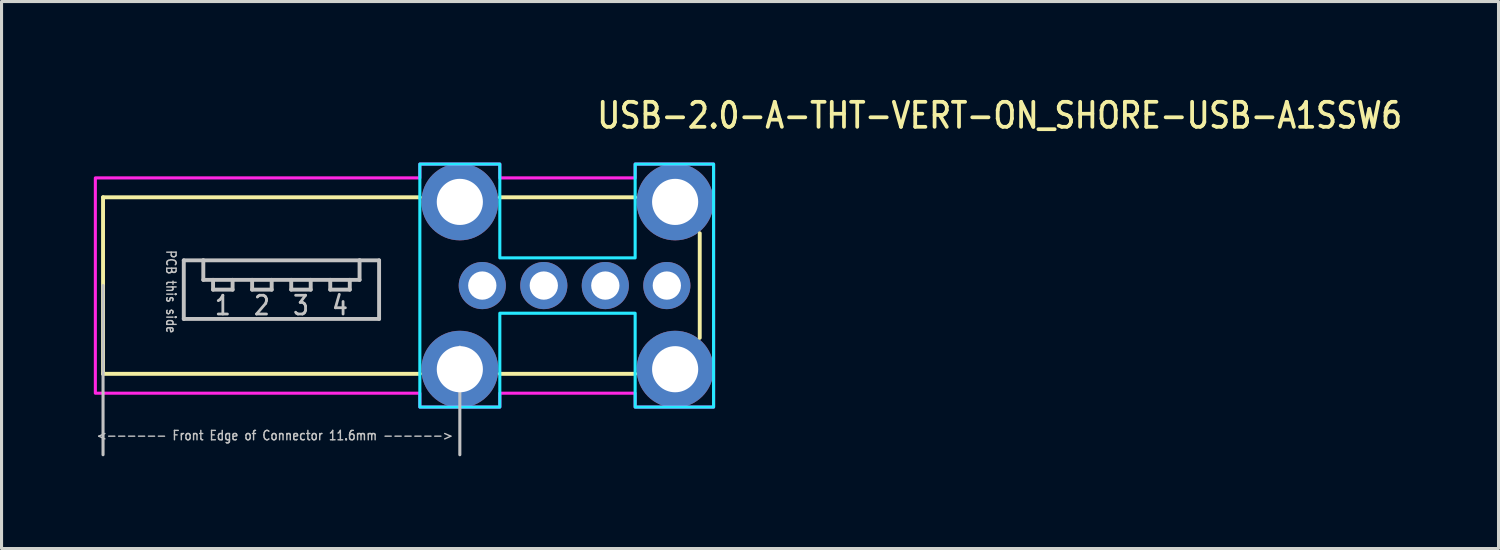
<source format=kicad_pcb>
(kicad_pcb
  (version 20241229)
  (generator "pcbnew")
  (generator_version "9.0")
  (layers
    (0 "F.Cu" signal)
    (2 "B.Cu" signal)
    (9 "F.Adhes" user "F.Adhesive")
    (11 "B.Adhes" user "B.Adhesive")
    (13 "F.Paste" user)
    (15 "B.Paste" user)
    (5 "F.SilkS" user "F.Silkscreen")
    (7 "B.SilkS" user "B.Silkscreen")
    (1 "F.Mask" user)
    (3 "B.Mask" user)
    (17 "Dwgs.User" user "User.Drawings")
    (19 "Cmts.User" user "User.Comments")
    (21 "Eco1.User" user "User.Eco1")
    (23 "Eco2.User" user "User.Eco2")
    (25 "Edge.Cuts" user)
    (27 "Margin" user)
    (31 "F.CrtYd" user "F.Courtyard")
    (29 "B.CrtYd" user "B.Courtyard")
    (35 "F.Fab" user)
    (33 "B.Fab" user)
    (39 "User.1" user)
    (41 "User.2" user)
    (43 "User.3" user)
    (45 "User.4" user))
  (footprint "USB-2.0-A-THT-VERT-ON_SHORE-USB-A1SSW6"
    (layer "F.Cu")
    (at 11.9 6.234)
    (property "Reference" "USB-2.0-A-THT-VERT-ON_SHORE-USB-A1SSW6" (at 4.4 -5.055 0) (unlocked yes) (layer "F.SilkS") (effects (font (size 0.813 0.695) (thickness 0.122)) (justify left bottom)))
    (fp_line (start -11.6 2.87) (end -11.6 -2.87) (stroke (width 0.127) (type solid)) (layer "F.SilkS"))
    (fp_line (start -1.3 -2.87) (end -11.6 -2.87) (stroke (width 0.127) (type solid)) (layer "F.SilkS"))
    (fp_line (start -1.3 2.87) (end -11.6 2.87) (stroke (width 0.127) (type solid)) (layer "F.SilkS"))
    (fp_line (start 5.7 -2.87) (end 1.3 -2.87) (stroke (width 0.127) (type solid)) (layer "F.SilkS"))
    (fp_line (start 5.7 2.87) (end 1.3 2.87) (stroke (width 0.127) (type solid)) (layer "F.SilkS"))
    (fp_line (start 7.8 -1.7) (end 7.8 1.7) (stroke (width 0.127) (type solid)) (layer "F.SilkS"))
    (fp_line (start -11.6 5.5) (end -11.6 0) (stroke (width 0.1) (type solid)) (layer "Dwgs.User"))
    (fp_line (start -8.975 -0.82) (end -8.34 -0.82) (stroke (width 0.127) (type solid)) (layer "Dwgs.User"))
    (fp_line (start -8.975 1.085) (end -8.975 -0.82) (stroke (width 0.127) (type solid)) (layer "Dwgs.User"))
    (fp_line (start -8.34 -0.82) (end -8.34 -0.185) (stroke (width 0.127) (type solid)) (layer "Dwgs.User"))
    (fp_line (start -8.34 -0.82) (end -3.26 -0.82) (stroke (width 0.127) (type solid)) (layer "Dwgs.User"))
    (fp_line (start -8.34 -0.185) (end -8.023 -0.185) (stroke (width 0.127) (type solid)) (layer "Dwgs.User"))
    (fp_line (start -8.023 -0.185) (end -8.023 0.133) (stroke (width 0.127) (type solid)) (layer "Dwgs.User"))
    (fp_line (start -8.023 -0.185) (end -7.388 -0.185) (stroke (width 0.127) (type solid)) (layer "Dwgs.User"))
    (fp_line (start -8.023 0.133) (end -7.388 0.133) (stroke (width 0.127) (type solid)) (layer "Dwgs.User"))
    (fp_line (start -7.388 -0.185) (end -6.753 -0.185) (stroke (width 0.127) (type solid)) (layer "Dwgs.User"))
    (fp_line (start -7.388 0.133) (end -7.388 -0.185) (stroke (width 0.127) (type solid)) (layer "Dwgs.User"))
    (fp_line (start -6.753 -0.185) (end -6.753 0.133) (stroke (width 0.127) (type solid)) (layer "Dwgs.User"))
    (fp_line (start -6.753 -0.185) (end -6.117 -0.185) (stroke (width 0.127) (type solid)) (layer "Dwgs.User"))
    (fp_line (start -6.753 0.133) (end -6.117 0.133) (stroke (width 0.127) (type solid)) (layer "Dwgs.User"))
    (fp_line (start -6.117 -0.185) (end -5.482 -0.185) (stroke (width 0.127) (type solid)) (layer "Dwgs.User"))
    (fp_line (start -6.117 0.133) (end -6.117 -0.185) (stroke (width 0.127) (type solid)) (layer "Dwgs.User"))
    (fp_line (start -5.482 -0.185) (end -5.482 0.133) (stroke (width 0.127) (type solid)) (layer "Dwgs.User"))
    (fp_line (start -5.482 -0.185) (end -4.848 -0.185) (stroke (width 0.127) (type solid)) (layer "Dwgs.User"))
    (fp_line (start -5.482 0.133) (end -4.848 0.133) (stroke (width 0.127) (type solid)) (layer "Dwgs.User"))
    (fp_line (start -4.848 -0.185) (end -4.213 -0.185) (stroke (width 0.127) (type solid)) (layer "Dwgs.User"))
    (fp_line (start -4.848 0.133) (end -4.848 -0.185) (stroke (width 0.127) (type solid)) (layer "Dwgs.User"))
    (fp_line (start -4.213 -0.185) (end -4.213 0.133) (stroke (width 0.127) (type solid)) (layer "Dwgs.User"))
    (fp_line (start -4.213 -0.185) (end -3.578 -0.185) (stroke (width 0.127) (type solid)) (layer "Dwgs.User"))
    (fp_line (start -4.213 0.133) (end -3.578 0.133) (stroke (width 0.127) (type solid)) (layer "Dwgs.User"))
    (fp_line (start -3.578 -0.185) (end -3.26 -0.185) (stroke (width 0.127) (type solid)) (layer "Dwgs.User"))
    (fp_line (start -3.578 0.133) (end -3.578 -0.185) (stroke (width 0.127) (type solid)) (layer "Dwgs.User"))
    (fp_line (start -3.26 -0.82) (end -2.625 -0.82) (stroke (width 0.127) (type solid)) (layer "Dwgs.User"))
    (fp_line (start -3.26 -0.185) (end -3.26 -0.82) (stroke (width 0.127) (type solid)) (layer "Dwgs.User"))
    (fp_line (start -2.625 -0.82) (end -2.625 1.085) (stroke (width 0.127) (type solid)) (layer "Dwgs.User"))
    (fp_line (start -2.625 1.085) (end -8.975 1.085) (stroke (width 0.127) (type solid)) (layer "Dwgs.User"))
    (fp_line (start 0 5.5) (end 0 2) (stroke (width 0.1) (type solid)) (layer "Dwgs.User"))
    (fp_poly (pts (xy -1.3 -3.95) (xy 1.3 -3.95) (xy 1.3 -0.9) (xy 5.7 -0.9) (xy 5.7 -3.95) (xy 8.25 -3.95) (xy 8.25 3.95) (xy 5.7 3.95) (xy 5.7 0.9) (xy 1.3 0.9) (xy 1.3 3.95) (xy -1.3 3.95)) (stroke (width 0.1) (type solid)) (fill no) (layer "B.CrtYd"))
    (fp_poly (pts (xy -11.85 3.5) (xy -11.85 -3.5) (xy -1.3 -3.5) (xy -1.3 -3.95) (xy 1.3 -3.95) (xy 1.3 -3.5) (xy 5.7 -3.5) (xy 5.7 -3.95) (xy 8.25 -3.95) (xy 8.25 3.95) (xy 5.7 3.95) (xy 5.7 3.5) (xy 1.3 3.5) (xy 1.3 3.95) (xy -1.3 3.95) (xy -1.3 3.5)) (stroke (width 0.1) (type solid)) (fill no) (layer "F.CrtYd"))
    (fp_text user "3" (at -5.165 0.291 0) (unlocked yes) (layer "Dwgs.User") (effects (font (size 0.61 0.521) (thickness 0.091)) (justify top)))
    (fp_text user "4" (at -3.895 0.291 0) (unlocked yes) (layer "Dwgs.User") (effects (font (size 0.61 0.521) (thickness 0.091)) (justify top)))
    (fp_text user "2" (at -6.435 0.291 0) (unlocked yes) (layer "Dwgs.User") (effects (font (size 0.61 0.521) (thickness 0.091)) (justify top)))
    (fp_text user "PCB this side" (at -9.212 0.2 270) (unlocked yes) (layer "Dwgs.User") (effects (font (size 0.305 0.261) (thickness 0.046)) (justify top)))
    (fp_text user "1" (at -7.705 0.291 0) (unlocked yes) (layer "Dwgs.User") (effects (font (size 0.61 0.521) (thickness 0.091)) (justify top)))
    (fp_text user "<------ Front Edge of Connector 11.6mm ------>" (at -0.2 4.875 0) (unlocked yes) (layer "Dwgs.User") (effects (font (size 0.305 0.261) (thickness 0.046)) (justify right)))
    (pad "P$1" thru_hole oval (at 0.73 0 90) (size 1.533 1.533) (drill 0.92) (layers "*.Cu" "*.Mask"))
    (pad "P$2" thru_hole oval (at 2.73 0 90) (size 1.533 1.533) (drill 0.92) (layers "*.Cu" "*.Mask"))
    (pad "P$3" thru_hole oval (at 4.73 0 90) (size 1.533 1.533) (drill 0.92) (layers "*.Cu" "*.Mask"))
    (pad "P$4" thru_hole oval (at 6.73 0 90) (size 1.533 1.533) (drill 0.92) (layers "*.Cu" "*.Mask"))
    (pad "S$1" thru_hole oval (at 0 -2.72 90) (size 2.5 2.5) (drill 1.5) (layers "*.Cu" "*.Mask"))
    (pad "S$2" thru_hole oval (at 0 2.72 90) (size 2.5 2.5) (drill 1.5) (layers "*.Cu" "*.Mask"))
    (pad "S$3" thru_hole oval (at 7 2.72 90) (size 2.5 2.5) (drill 1.5) (layers "*.Cu" "*.Mask"))
    (pad "S$4" thru_hole oval (at 7 -2.72 90) (size 2.5 2.5) (drill 1.5) (layers "*.Cu" "*.Mask")))
  (gr_rect
    (start -3 -3)
    (end 45.67 14.784)
    (stroke (width 0.1) (type default))
    (fill no)
    (layer "Edge.Cuts")))
</source>
